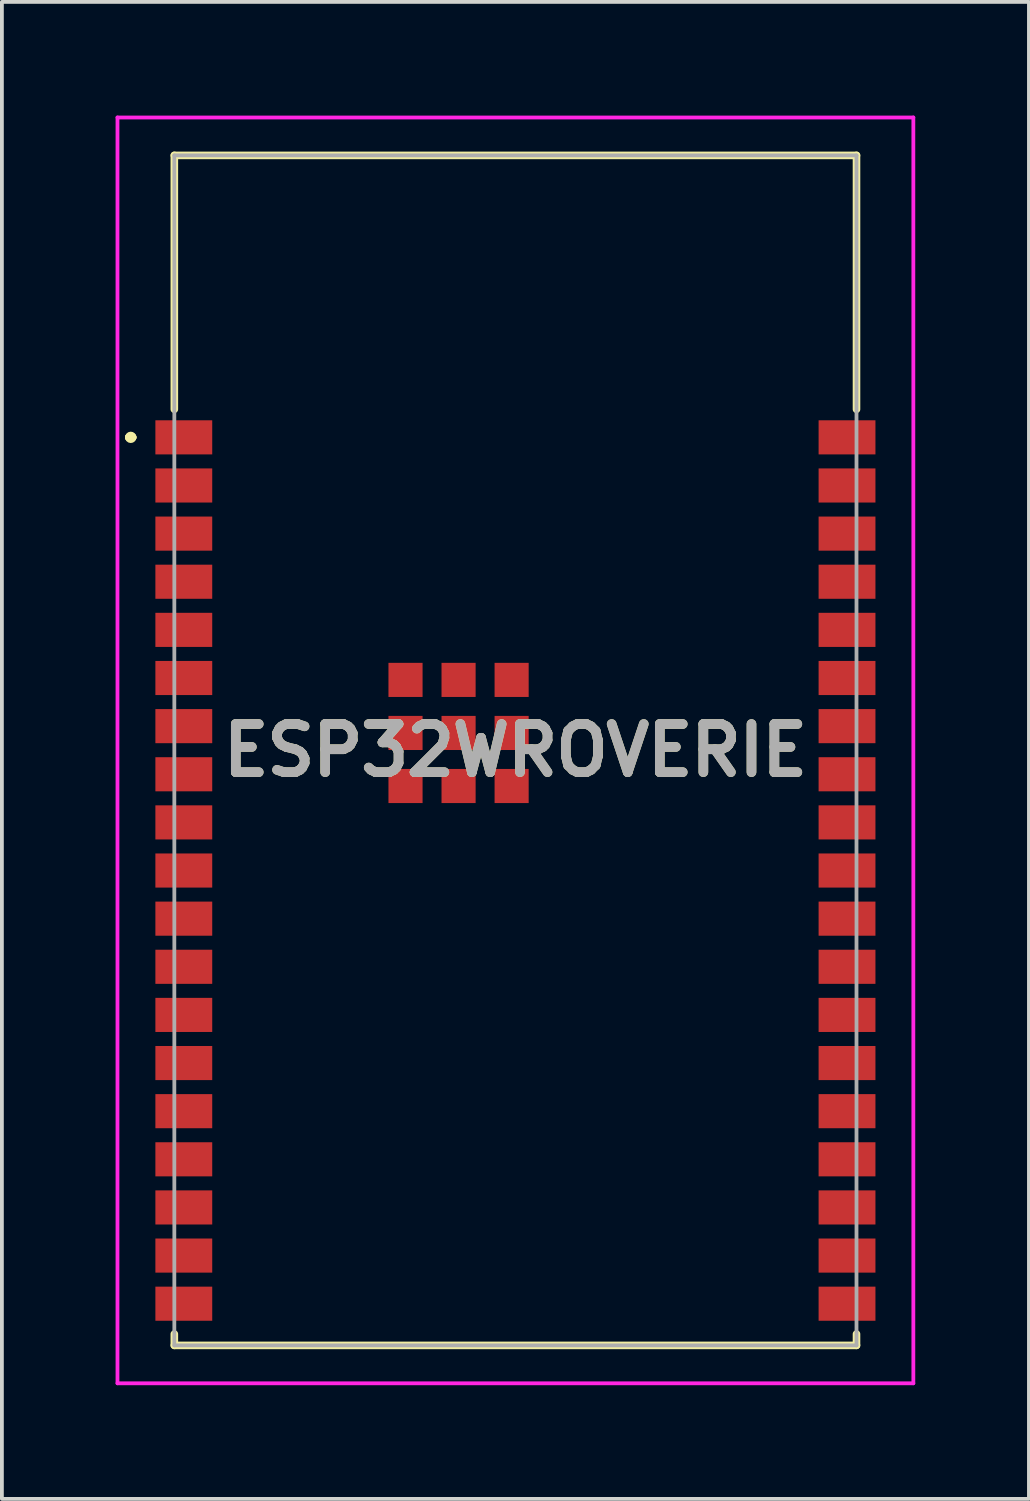
<source format=kicad_pcb>
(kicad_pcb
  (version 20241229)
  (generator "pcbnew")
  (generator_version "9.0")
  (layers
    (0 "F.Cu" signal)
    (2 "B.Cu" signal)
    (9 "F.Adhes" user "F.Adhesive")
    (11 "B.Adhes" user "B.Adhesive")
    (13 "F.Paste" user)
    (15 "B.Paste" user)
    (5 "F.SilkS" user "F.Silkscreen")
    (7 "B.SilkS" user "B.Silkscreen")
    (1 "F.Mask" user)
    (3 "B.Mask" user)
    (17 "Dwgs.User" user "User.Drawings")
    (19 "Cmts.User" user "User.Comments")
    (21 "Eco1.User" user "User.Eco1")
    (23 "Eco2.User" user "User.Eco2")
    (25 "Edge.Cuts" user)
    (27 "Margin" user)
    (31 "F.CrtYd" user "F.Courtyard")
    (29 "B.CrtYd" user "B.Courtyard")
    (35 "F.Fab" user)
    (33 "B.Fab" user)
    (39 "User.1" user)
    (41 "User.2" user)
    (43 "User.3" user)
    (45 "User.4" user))
  (footprint "ESP32WROVERIE"
    (layer "F.Cu")
    (at 10.55 16.75)
    (property "Reference" "ESP32WROVERIE" (at 0 0 0) (layer "F.SilkS") (effects (font (size 1.27 1.27) (thickness 0.254))))
    (attr smd)
    (fp_line (start -10.2 -8.26) (end -10.2 -8.26) (stroke (width 0.2) (type solid)) (layer "F.SilkS"))
    (fp_line (start -10.2 -8.26) (end -10.1 -8.26) (stroke (width 0.2) (type solid)) (layer "F.SilkS"))
    (fp_line (start -10.1 -8.26) (end -10.1 -8.26) (stroke (width 0.2) (type solid)) (layer "F.SilkS"))
    (fp_line (start -9 -15.7) (end 9 -15.7) (stroke (width 0.2) (type solid)) (layer "F.SilkS"))
    (fp_line (start -9 -9) (end -9 -15.7) (stroke (width 0.2) (type solid)) (layer "F.SilkS"))
    (fp_line (start -9 15.4) (end -9 15.7) (stroke (width 0.2) (type solid)) (layer "F.SilkS"))
    (fp_line (start -9 15.7) (end 9 15.7) (stroke (width 0.2) (type solid)) (layer "F.SilkS"))
    (fp_line (start 9 -15.7) (end 9 -9) (stroke (width 0.2) (type solid)) (layer "F.SilkS"))
    (fp_line (start 9 15.7) (end 9 15.4) (stroke (width 0.2) (type solid)) (layer "F.SilkS"))
    (fp_arc (start -10.2 -8.26) (mid -10.15 -8.31) (end -10.1 -8.26) (stroke (width 0.2) (type solid)) (layer "F.SilkS"))
    (fp_arc (start -10.1 -8.26) (mid -10.15 -8.21) (end -10.2 -8.26) (stroke (width 0.2) (type solid)) (layer "F.SilkS"))
    (fp_line (start -10.5 -16.7) (end 10.5 -16.7) (stroke (width 0.1) (type solid)) (layer "F.CrtYd"))
    (fp_line (start -10.5 16.7) (end -10.5 -16.7) (stroke (width 0.1) (type solid)) (layer "F.CrtYd"))
    (fp_line (start 10.5 -16.7) (end 10.5 16.7) (stroke (width 0.1) (type solid)) (layer "F.CrtYd"))
    (fp_line (start 10.5 16.7) (end -10.5 16.7) (stroke (width 0.1) (type solid)) (layer "F.CrtYd"))
    (fp_line (start -9 -15.7) (end 9 -15.7) (stroke (width 0.1) (type solid)) (layer "F.Fab"))
    (fp_line (start -9 15.7) (end -9 -15.7) (stroke (width 0.1) (type solid)) (layer "F.Fab"))
    (fp_line (start 9 -15.7) (end 9 15.7) (stroke (width 0.1) (type solid)) (layer "F.Fab"))
    (fp_line (start 9 15.7) (end -9 15.7) (stroke (width 0.1) (type solid)) (layer "F.Fab"))
    (fp_text user "${REFERENCE}" (at 0 0 0) (layer "F.Fab") (effects (font (size 1.27 1.27) (thickness 0.254))))
    (pad "1" smd rect (at -8.75 -8.26 90) (size 0.9 1.5) (layers "F.Cu" "F.Mask" "F.Paste"))
    (pad "2" smd rect (at -8.75 -6.99 90) (size 0.9 1.5) (layers "F.Cu" "F.Mask" "F.Paste"))
    (pad "3" smd rect (at -8.75 -5.72 90) (size 0.9 1.5) (layers "F.Cu" "F.Mask" "F.Paste"))
    (pad "4" smd rect (at -8.75 -4.45 90) (size 0.9 1.5) (layers "F.Cu" "F.Mask" "F.Paste"))
    (pad "5" smd rect (at -8.75 -3.18 90) (size 0.9 1.5) (layers "F.Cu" "F.Mask" "F.Paste"))
    (pad "6" smd rect (at -8.75 -1.91 90) (size 0.9 1.5) (layers "F.Cu" "F.Mask" "F.Paste"))
    (pad "7" smd rect (at -8.75 -0.64 90) (size 0.9 1.5) (layers "F.Cu" "F.Mask" "F.Paste"))
    (pad "8" smd rect (at -8.75 0.63 90) (size 0.9 1.5) (layers "F.Cu" "F.Mask" "F.Paste"))
    (pad "9" smd rect (at -8.75 1.9 90) (size 0.9 1.5) (layers "F.Cu" "F.Mask" "F.Paste"))
    (pad "10" smd rect (at -8.75 3.17 90) (size 0.9 1.5) (layers "F.Cu" "F.Mask" "F.Paste"))
    (pad "11" smd rect (at -8.75 4.44 90) (size 0.9 1.5) (layers "F.Cu" "F.Mask" "F.Paste"))
    (pad "12" smd rect (at -8.75 5.71 90) (size 0.9 1.5) (layers "F.Cu" "F.Mask" "F.Paste"))
    (pad "13" smd rect (at -8.75 6.98 90) (size 0.9 1.5) (layers "F.Cu" "F.Mask" "F.Paste"))
    (pad "14" smd rect (at -8.75 8.25 90) (size 0.9 1.5) (layers "F.Cu" "F.Mask" "F.Paste"))
    (pad "15" smd rect (at -8.75 9.52 90) (size 0.9 1.5) (layers "F.Cu" "F.Mask" "F.Paste"))
    (pad "16" smd rect (at -8.75 10.79 90) (size 0.9 1.5) (layers "F.Cu" "F.Mask" "F.Paste"))
    (pad "17" smd rect (at -8.75 12.06 90) (size 0.9 1.5) (layers "F.Cu" "F.Mask" "F.Paste"))
    (pad "18" smd rect (at -8.75 13.33 90) (size 0.9 1.5) (layers "F.Cu" "F.Mask" "F.Paste"))
    (pad "19" smd rect (at -8.75 14.6 90) (size 0.9 1.5) (layers "F.Cu" "F.Mask" "F.Paste"))
    (pad "20" smd rect (at 8.75 14.6 90) (size 0.9 1.5) (layers "F.Cu" "F.Mask" "F.Paste"))
    (pad "21" smd rect (at 8.75 13.33 90) (size 0.9 1.5) (layers "F.Cu" "F.Mask" "F.Paste"))
    (pad "22" smd rect (at 8.75 12.06 90) (size 0.9 1.5) (layers "F.Cu" "F.Mask" "F.Paste"))
    (pad "23" smd rect (at 8.75 10.79 90) (size 0.9 1.5) (layers "F.Cu" "F.Mask" "F.Paste"))
    (pad "24" smd rect (at 8.75 9.52 90) (size 0.9 1.5) (layers "F.Cu" "F.Mask" "F.Paste"))
    (pad "25" smd rect (at 8.75 8.25 90) (size 0.9 1.5) (layers "F.Cu" "F.Mask" "F.Paste"))
    (pad "26" smd rect (at 8.75 6.98 90) (size 0.9 1.5) (layers "F.Cu" "F.Mask" "F.Paste"))
    (pad "27" smd rect (at 8.75 5.71 90) (size 0.9 1.5) (layers "F.Cu" "F.Mask" "F.Paste"))
    (pad "28" smd rect (at 8.75 4.44 90) (size 0.9 1.5) (layers "F.Cu" "F.Mask" "F.Paste"))
    (pad "29" smd rect (at 8.75 3.17 90) (size 0.9 1.5) (layers "F.Cu" "F.Mask" "F.Paste"))
    (pad "30" smd rect (at 8.75 1.9 90) (size 0.9 1.5) (layers "F.Cu" "F.Mask" "F.Paste"))
    (pad "31" smd rect (at 8.75 0.63 90) (size 0.9 1.5) (layers "F.Cu" "F.Mask" "F.Paste"))
    (pad "32" smd rect (at 8.75 -0.64 90) (size 0.9 1.5) (layers "F.Cu" "F.Mask" "F.Paste"))
    (pad "33" smd rect (at 8.75 -1.91 90) (size 0.9 1.5) (layers "F.Cu" "F.Mask" "F.Paste"))
    (pad "34" smd rect (at 8.75 -3.18 90) (size 0.9 1.5) (layers "F.Cu" "F.Mask" "F.Paste"))
    (pad "35" smd rect (at 8.75 -4.45 90) (size 0.9 1.5) (layers "F.Cu" "F.Mask" "F.Paste"))
    (pad "36" smd rect (at 8.75 -5.72 90) (size 0.9 1.5) (layers "F.Cu" "F.Mask" "F.Paste"))
    (pad "37" smd rect (at 8.75 -6.99 90) (size 0.9 1.5) (layers "F.Cu" "F.Mask" "F.Paste"))
    (pad "38" smd rect (at 8.75 -8.26 90) (size 0.9 1.5) (layers "F.Cu" "F.Mask" "F.Paste"))
    (pad "39" smd rect (at -1.5 -0.46 90) (size 0.9 0.9) (layers "F.Cu" "F.Mask" "F.Paste"))
    (pad "40" smd rect (at -1.5 0.94 90) (size 0.9 0.9) (layers "F.Cu" "F.Mask" "F.Paste"))
    (pad "41" smd rect (at -0.1 0.94 90) (size 0.9 0.9) (layers "F.Cu" "F.Mask" "F.Paste"))
    (pad "42" smd rect (at -0.1 -0.46 90) (size 0.9 0.9) (layers "F.Cu" "F.Mask" "F.Paste"))
    (pad "43" smd rect (at -0.1 -1.86 90) (size 0.9 0.9) (layers "F.Cu" "F.Mask" "F.Paste"))
    (pad "44" smd rect (at -1.5 -1.86 90) (size 0.9 0.9) (layers "F.Cu" "F.Mask" "F.Paste"))
    (pad "45" smd rect (at -2.9 -1.86 90) (size 0.9 0.9) (layers "F.Cu" "F.Mask" "F.Paste"))
    (pad "46" smd rect (at -2.9 -0.46 90) (size 0.9 0.9) (layers "F.Cu" "F.Mask" "F.Paste"))
    (pad "47" smd rect (at -2.9 0.94 90) (size 0.9 0.9) (layers "F.Cu" "F.Mask" "F.Paste")))
  (gr_rect
    (start -3 -3)
    (end 24.1 36.5)
    (stroke (width 0.1) (type default))
    (fill no)
    (layer "Edge.Cuts")))
</source>
